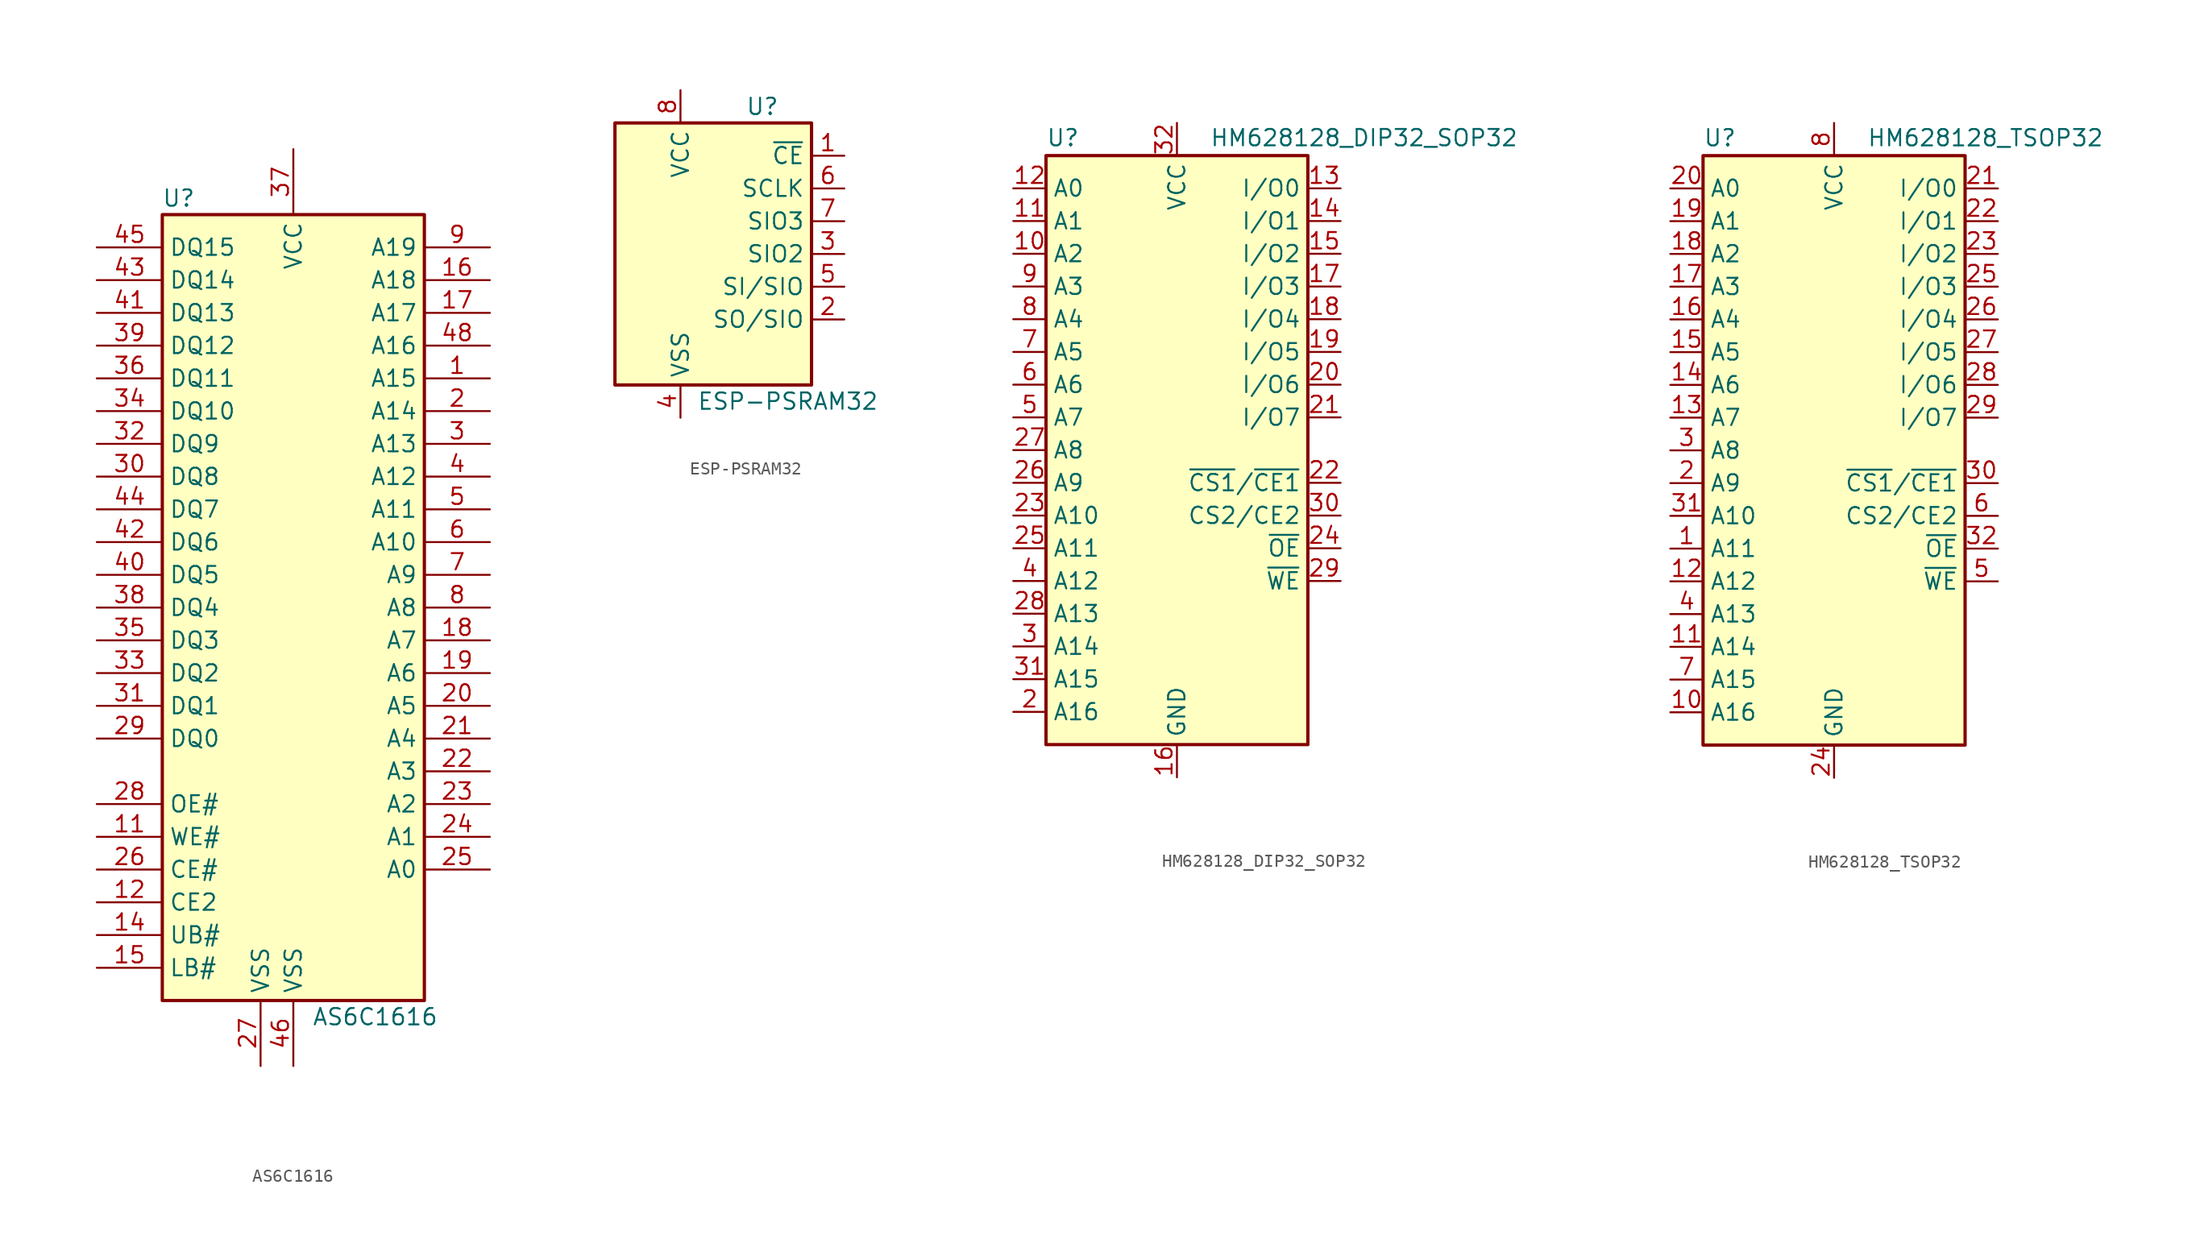
<source format=kicad_sym>
(kicad_symbol_lib
  (version 20231120)
  (generator "kicad_symbol_editor")
  (generator_version "8.0")
  (symbol "AS6C1616"
    (property "Reference" "U"
      (at -8.89 31.75 0)
      (effects (font (size 1.27 1.27))))
    (property "Value" "AS6C1616"
      (at 6.35 -31.75 0)
      (effects (font (size 1.27 1.27))))
    (symbol "AS6C1616_0_1"
      (rectangle (start -10.16 30.48) (end 10.16 -30.48) (stroke (width 0.254) (type default)) (fill (type background))))
    (symbol "AS6C1616_1_1"
      (pin input line (at 15.24 17.78 180) (length 5.08) (name "A15" (effects (font (size 1.27 1.27)))) (number "1" (effects (font (size 1.27 1.27)))))
      (pin no_connect line (at 10.16 -22.86 180) (length 0) hide (name "NC" (effects (font (size 1.27 1.27)))) (number "10" (effects (font (size 1.27 1.27)))))
      (pin input line (at -15.24 -17.78 0) (length 5.08) (name "WE#" (effects (font (size 1.27 1.27)))) (number "11" (effects (font (size 1.27 1.27)))))
      (pin input line (at -15.24 -22.86 0) (length 5.08) (name "CE2" (effects (font (size 1.27 1.27)))) (number "12" (effects (font (size 1.27 1.27)))))
      (pin no_connect line (at 10.16 -25.4 180) (length 0) hide (name "NC" (effects (font (size 1.27 1.27)))) (number "13" (effects (font (size 1.27 1.27)))))
      (pin input line (at -15.24 -25.4 0) (length 5.08) (name "UB#" (effects (font (size 1.27 1.27)))) (number "14" (effects (font (size 1.27 1.27)))))
      (pin input line (at -15.24 -27.94 0) (length 5.08) (name "LB#" (effects (font (size 1.27 1.27)))) (number "15" (effects (font (size 1.27 1.27)))))
      (pin input line (at 15.24 25.4 180) (length 5.08) (name "A18" (effects (font (size 1.27 1.27)))) (number "16" (effects (font (size 1.27 1.27)))))
      (pin input line (at 15.24 22.86 180) (length 5.08) (name "A17" (effects (font (size 1.27 1.27)))) (number "17" (effects (font (size 1.27 1.27)))))
      (pin input line (at 15.24 -2.54 180) (length 5.08) (name "A7" (effects (font (size 1.27 1.27)))) (number "18" (effects (font (size 1.27 1.27)))))
      (pin input line (at 15.24 -5.08 180) (length 5.08) (name "A6" (effects (font (size 1.27 1.27)))) (number "19" (effects (font (size 1.27 1.27)))))
      (pin input line (at 15.24 15.24 180) (length 5.08) (name "A14" (effects (font (size 1.27 1.27)))) (number "2" (effects (font (size 1.27 1.27)))))
      (pin input line (at 15.24 -7.62 180) (length 5.08) (name "A5" (effects (font (size 1.27 1.27)))) (number "20" (effects (font (size 1.27 1.27)))))
      (pin input line (at 15.24 -10.16 180) (length 5.08) (name "A4" (effects (font (size 1.27 1.27)))) (number "21" (effects (font (size 1.27 1.27)))))
      (pin input line (at 15.24 -12.7 180) (length 5.08) (name "A3" (effects (font (size 1.27 1.27)))) (number "22" (effects (font (size 1.27 1.27)))))
      (pin input line (at 15.24 -15.24 180) (length 5.08) (name "A2" (effects (font (size 1.27 1.27)))) (number "23" (effects (font (size 1.27 1.27)))))
      (pin input line (at 15.24 -17.78 180) (length 5.08) (name "A1" (effects (font (size 1.27 1.27)))) (number "24" (effects (font (size 1.27 1.27)))))
      (pin input line (at 15.24 -20.32 180) (length 5.08) (name "A0" (effects (font (size 1.27 1.27)))) (number "25" (effects (font (size 1.27 1.27)))))
      (pin input line (at -15.24 -20.32 0) (length 5.08) (name "CE#" (effects (font (size 1.27 1.27)))) (number "26" (effects (font (size 1.27 1.27)))))
      (pin power_in line (at -2.54 -35.56 90) (length 5.08) (name "VSS" (effects (font (size 1.27 1.27)))) (number "27" (effects (font (size 1.27 1.27)))))
      (pin input line (at -15.24 -15.24 0) (length 5.08) (name "OE#" (effects (font (size 1.27 1.27)))) (number "28" (effects (font (size 1.27 1.27)))))
      (pin bidirectional line (at -15.24 -10.16 0) (length 5.08) (name "DQ0" (effects (font (size 1.27 1.27)))) (number "29" (effects (font (size 1.27 1.27)))))
      (pin input line (at 15.24 12.7 180) (length 5.08) (name "A13" (effects (font (size 1.27 1.27)))) (number "3" (effects (font (size 1.27 1.27)))))
      (pin bidirectional line (at -15.24 10.16 0) (length 5.08) (name "DQ8" (effects (font (size 1.27 1.27)))) (number "30" (effects (font (size 1.27 1.27)))))
      (pin bidirectional line (at -15.24 -7.62 0) (length 5.08) (name "DQ1" (effects (font (size 1.27 1.27)))) (number "31" (effects (font (size 1.27 1.27)))))
      (pin bidirectional line (at -15.24 12.7 0) (length 5.08) (name "DQ9" (effects (font (size 1.27 1.27)))) (number "32" (effects (font (size 1.27 1.27)))))
      (pin bidirectional line (at -15.24 -5.08 0) (length 5.08) (name "DQ2" (effects (font (size 1.27 1.27)))) (number "33" (effects (font (size 1.27 1.27)))))
      (pin bidirectional line (at -15.24 15.24 0) (length 5.08) (name "DQ10" (effects (font (size 1.27 1.27)))) (number "34" (effects (font (size 1.27 1.27)))))
      (pin bidirectional line (at -15.24 -2.54 0) (length 5.08) (name "DQ3" (effects (font (size 1.27 1.27)))) (number "35" (effects (font (size 1.27 1.27)))))
      (pin bidirectional line (at -15.24 17.78 0) (length 5.08) (name "DQ11" (effects (font (size 1.27 1.27)))) (number "36" (effects (font (size 1.27 1.27)))))
      (pin power_in line (at 0 35.56 270) (length 5.08) (name "VCC" (effects (font (size 1.27 1.27)))) (number "37" (effects (font (size 1.27 1.27)))))
      (pin bidirectional line (at -15.24 0 0) (length 5.08) (name "DQ4" (effects (font (size 1.27 1.27)))) (number "38" (effects (font (size 1.27 1.27)))))
      (pin bidirectional line (at -15.24 20.32 0) (length 5.08) (name "DQ12" (effects (font (size 1.27 1.27)))) (number "39" (effects (font (size 1.27 1.27)))))
      (pin input line (at 15.24 10.16 180) (length 5.08) (name "A12" (effects (font (size 1.27 1.27)))) (number "4" (effects (font (size 1.27 1.27)))))
      (pin bidirectional line (at -15.24 2.54 0) (length 5.08) (name "DQ5" (effects (font (size 1.27 1.27)))) (number "40" (effects (font (size 1.27 1.27)))))
      (pin bidirectional line (at -15.24 22.86 0) (length 5.08) (name "DQ13" (effects (font (size 1.27 1.27)))) (number "41" (effects (font (size 1.27 1.27)))))
      (pin bidirectional line (at -15.24 5.08 0) (length 5.08) (name "DQ6" (effects (font (size 1.27 1.27)))) (number "42" (effects (font (size 1.27 1.27)))))
      (pin bidirectional line (at -15.24 25.4 0) (length 5.08) (name "DQ14" (effects (font (size 1.27 1.27)))) (number "43" (effects (font (size 1.27 1.27)))))
      (pin bidirectional line (at -15.24 7.62 0) (length 5.08) (name "DQ7" (effects (font (size 1.27 1.27)))) (number "44" (effects (font (size 1.27 1.27)))))
      (pin input line (at -15.24 27.94 0) (length 5.08) (name "DQ15" (effects (font (size 1.27 1.27)))) (number "45" (effects (font (size 1.27 1.27)))))
      (pin power_in line (at 0 -35.56 90) (length 5.08) (name "VSS" (effects (font (size 1.27 1.27)))) (number "46" (effects (font (size 1.27 1.27)))))
      (pin no_connect line (at 10.16 -27.94 180) (length 0) hide (name "NC" (effects (font (size 1.27 1.27)))) (number "47" (effects (font (size 1.27 1.27)))))
      (pin input line (at 15.24 20.32 180) (length 5.08) (name "A16" (effects (font (size 1.27 1.27)))) (number "48" (effects (font (size 1.27 1.27)))))
      (pin input line (at 15.24 7.62 180) (length 5.08) (name "A11" (effects (font (size 1.27 1.27)))) (number "5" (effects (font (size 1.27 1.27)))))
      (pin input line (at 15.24 5.08 180) (length 5.08) (name "A10" (effects (font (size 1.27 1.27)))) (number "6" (effects (font (size 1.27 1.27)))))
      (pin input line (at 15.24 2.54 180) (length 5.08) (name "A9" (effects (font (size 1.27 1.27)))) (number "7" (effects (font (size 1.27 1.27)))))
      (pin input line (at 15.24 0 180) (length 5.08) (name "A8" (effects (font (size 1.27 1.27)))) (number "8" (effects (font (size 1.27 1.27)))))
      (pin input line (at 15.24 27.94 180) (length 5.08) (name "A19" (effects (font (size 1.27 1.27)))) (number "9" (effects (font (size 1.27 1.27)))))))
  (symbol "ESP-PSRAM32"
    (property "Reference" "U"
      (at 3.81 11.43 0)
      (effects (font (size 1.27 1.27))))
    (property "Value" "ESP-PSRAM32"
      (at -1.27 -11.43 0)
      (effects (font (size 1.27 1.27)) (justify left)))
    (symbol "ESP-PSRAM32_0_1"
      (rectangle (start -7.62 10.16) (end 7.62 -10.16) (stroke (width 0.254) (type default)) (fill (type background))))
    (symbol "ESP-PSRAM32_1_1"
      (pin input line (at 10.16 7.62 180) (length 2.54) (name "~{CE}" (effects (font (size 1.27 1.27)))) (number "1" (effects (font (size 1.27 1.27)))))
      (pin output line (at 10.16 -5.08 180) (length 2.54) (name "SO/SIO" (effects (font (size 1.27 1.27)))) (number "2" (effects (font (size 1.27 1.27)))))
      (pin bidirectional line (at 10.16 0 180) (length 2.54) (name "SIO2" (effects (font (size 1.27 1.27)))) (number "3" (effects (font (size 1.27 1.27)))))
      (pin power_in line (at -2.54 -12.7 90) (length 2.54) (name "VSS" (effects (font (size 1.27 1.27)))) (number "4" (effects (font (size 1.27 1.27)))))
      (pin input line (at 10.16 -2.54 180) (length 2.54) (name "SI/SIO" (effects (font (size 1.27 1.27)))) (number "5" (effects (font (size 1.27 1.27)))))
      (pin output line (at 10.16 5.08 180) (length 2.54) (name "SCLK" (effects (font (size 1.27 1.27)))) (number "6" (effects (font (size 1.27 1.27)))))
      (pin bidirectional line (at 10.16 2.54 180) (length 2.54) (name "SIO3" (effects (font (size 1.27 1.27)))) (number "7" (effects (font (size 1.27 1.27)))))
      (pin power_in line (at -2.54 12.7 270) (length 2.54) (name "VCC" (effects (font (size 1.27 1.27)))) (number "8" (effects (font (size 1.27 1.27)))))))
  (symbol "HM628128_DIP32_SOP32"
    (property "Reference" "U"
      (at -10.16 23.495 0)
      (effects (font (size 1.27 1.27)) (justify left bottom)))
    (property "Value" "HM628128_DIP32_SOP32"
      (at 2.54 23.495 0)
      (effects (font (size 1.27 1.27)) (justify left bottom)))
    (symbol "HM628128_DIP32_SOP32_0_0"
      (pin power_in line (at 0 -25.4 90) (length 2.54) (name "GND" (effects (font (size 1.27 1.27)))) (number "16" (effects (font (size 1.27 1.27)))))
      (pin power_in line (at 0 25.4 270) (length 2.54) (name "VCC" (effects (font (size 1.27 1.27)))) (number "32" (effects (font (size 1.27 1.27))))))
    (symbol "HM628128_DIP32_SOP32_0_1"
      (rectangle (start -10.16 22.86) (end 10.16 -22.86) (stroke (width 0.254) (type default)) (fill (type background))))
    (symbol "HM628128_DIP32_SOP32_1_1"
      (pin no_connect line (at 10.16 -20.32 180) (length 2.54) hide (name "NC" (effects (font (size 1.27 1.27)))) (number "1" (effects (font (size 1.27 1.27)))))
      (pin input line (at -12.7 15.24 0) (length 2.54) (name "A2" (effects (font (size 1.27 1.27)))) (number "10" (effects (font (size 1.27 1.27)))))
      (pin input line (at -12.7 17.78 0) (length 2.54) (name "A1" (effects (font (size 1.27 1.27)))) (number "11" (effects (font (size 1.27 1.27)))))
      (pin input line (at -12.7 20.32 0) (length 2.54) (name "A0" (effects (font (size 1.27 1.27)))) (number "12" (effects (font (size 1.27 1.27)))))
      (pin tri_state line (at 12.7 20.32 180) (length 2.54) (name "I/O0" (effects (font (size 1.27 1.27)))) (number "13" (effects (font (size 1.27 1.27)))))
      (pin tri_state line (at 12.7 17.78 180) (length 2.54) (name "I/O1" (effects (font (size 1.27 1.27)))) (number "14" (effects (font (size 1.27 1.27)))))
      (pin tri_state line (at 12.7 15.24 180) (length 2.54) (name "I/O2" (effects (font (size 1.27 1.27)))) (number "15" (effects (font (size 1.27 1.27)))))
      (pin tri_state line (at 12.7 12.7 180) (length 2.54) (name "I/O3" (effects (font (size 1.27 1.27)))) (number "17" (effects (font (size 1.27 1.27)))))
      (pin tri_state line (at 12.7 10.16 180) (length 2.54) (name "I/O4" (effects (font (size 1.27 1.27)))) (number "18" (effects (font (size 1.27 1.27)))))
      (pin tri_state line (at 12.7 7.62 180) (length 2.54) (name "I/O5" (effects (font (size 1.27 1.27)))) (number "19" (effects (font (size 1.27 1.27)))))
      (pin input line (at -12.7 -20.32 0) (length 2.54) (name "A16" (effects (font (size 1.27 1.27)))) (number "2" (effects (font (size 1.27 1.27)))))
      (pin tri_state line (at 12.7 5.08 180) (length 2.54) (name "I/O6" (effects (font (size 1.27 1.27)))) (number "20" (effects (font (size 1.27 1.27)))))
      (pin tri_state line (at 12.7 2.54 180) (length 2.54) (name "I/O7" (effects (font (size 1.27 1.27)))) (number "21" (effects (font (size 1.27 1.27)))))
      (pin input line (at 12.7 -2.54 180) (length 2.54) (name "~{CS1}/~{CE1}" (effects (font (size 1.27 1.27)))) (number "22" (effects (font (size 1.27 1.27)))))
      (pin input line (at -12.7 -5.08 0) (length 2.54) (name "A10" (effects (font (size 1.27 1.27)))) (number "23" (effects (font (size 1.27 1.27)))))
      (pin input line (at 12.7 -7.62 180) (length 2.54) (name "~{OE}" (effects (font (size 1.27 1.27)))) (number "24" (effects (font (size 1.27 1.27)))))
      (pin input line (at -12.7 -7.62 0) (length 2.54) (name "A11" (effects (font (size 1.27 1.27)))) (number "25" (effects (font (size 1.27 1.27)))))
      (pin input line (at -12.7 -2.54 0) (length 2.54) (name "A9" (effects (font (size 1.27 1.27)))) (number "26" (effects (font (size 1.27 1.27)))))
      (pin input line (at -12.7 0 0) (length 2.54) (name "A8" (effects (font (size 1.27 1.27)))) (number "27" (effects (font (size 1.27 1.27)))))
      (pin input line (at -12.7 -12.7 0) (length 2.54) (name "A13" (effects (font (size 1.27 1.27)))) (number "28" (effects (font (size 1.27 1.27)))))
      (pin input line (at 12.7 -10.16 180) (length 2.54) (name "~{WE}" (effects (font (size 1.27 1.27)))) (number "29" (effects (font (size 1.27 1.27)))))
      (pin input line (at -12.7 -15.24 0) (length 2.54) (name "A14" (effects (font (size 1.27 1.27)))) (number "3" (effects (font (size 1.27 1.27)))))
      (pin input line (at 12.7 -5.08 180) (length 2.54) (name "CS2/CE2" (effects (font (size 1.27 1.27)))) (number "30" (effects (font (size 1.27 1.27)))))
      (pin input line (at -12.7 -17.78 0) (length 2.54) (name "A15" (effects (font (size 1.27 1.27)))) (number "31" (effects (font (size 1.27 1.27)))))
      (pin input line (at -12.7 -10.16 0) (length 2.54) (name "A12" (effects (font (size 1.27 1.27)))) (number "4" (effects (font (size 1.27 1.27)))))
      (pin input line (at -12.7 2.54 0) (length 2.54) (name "A7" (effects (font (size 1.27 1.27)))) (number "5" (effects (font (size 1.27 1.27)))))
      (pin input line (at -12.7 5.08 0) (length 2.54) (name "A6" (effects (font (size 1.27 1.27)))) (number "6" (effects (font (size 1.27 1.27)))))
      (pin input line (at -12.7 7.62 0) (length 2.54) (name "A5" (effects (font (size 1.27 1.27)))) (number "7" (effects (font (size 1.27 1.27)))))
      (pin input line (at -12.7 10.16 0) (length 2.54) (name "A4" (effects (font (size 1.27 1.27)))) (number "8" (effects (font (size 1.27 1.27)))))
      (pin input line (at -12.7 12.7 0) (length 2.54) (name "A3" (effects (font (size 1.27 1.27)))) (number "9" (effects (font (size 1.27 1.27)))))))
  (symbol "HM628128_TSOP32"
    (property "Reference" "U"
      (at -10.16 23.495 0)
      (effects (font (size 1.27 1.27)) (justify left bottom)))
    (property "Value" "HM628128_TSOP32"
      (at 2.54 23.495 0)
      (effects (font (size 1.27 1.27)) (justify left bottom)))
    (symbol "HM628128_TSOP32_0_0"
      (pin power_in line (at 0 -25.4 90) (length 2.54) (name "GND" (effects (font (size 1.27 1.27)))) (number "24" (effects (font (size 1.27 1.27)))))
      (pin power_in line (at 0 25.4 270) (length 2.54) (name "VCC" (effects (font (size 1.27 1.27)))) (number "8" (effects (font (size 1.27 1.27))))))
    (symbol "HM628128_TSOP32_0_1"
      (rectangle (start -10.16 22.86) (end 10.16 -22.86) (stroke (width 0.254) (type default)) (fill (type background))))
    (symbol "HM628128_TSOP32_1_1"
      (pin input line (at -12.7 -7.62 0) (length 2.54) (name "A11" (effects (font (size 1.27 1.27)))) (number "1" (effects (font (size 1.27 1.27)))))
      (pin input line (at -12.7 -20.32 0) (length 2.54) (name "A16" (effects (font (size 1.27 1.27)))) (number "10" (effects (font (size 1.27 1.27)))))
      (pin input line (at -12.7 -15.24 0) (length 2.54) (name "A14" (effects (font (size 1.27 1.27)))) (number "11" (effects (font (size 1.27 1.27)))))
      (pin input line (at -12.7 -10.16 0) (length 2.54) (name "A12" (effects (font (size 1.27 1.27)))) (number "12" (effects (font (size 1.27 1.27)))))
      (pin input line (at -12.7 2.54 0) (length 2.54) (name "A7" (effects (font (size 1.27 1.27)))) (number "13" (effects (font (size 1.27 1.27)))))
      (pin input line (at -12.7 5.08 0) (length 2.54) (name "A6" (effects (font (size 1.27 1.27)))) (number "14" (effects (font (size 1.27 1.27)))))
      (pin input line (at -12.7 7.62 0) (length 2.54) (name "A5" (effects (font (size 1.27 1.27)))) (number "15" (effects (font (size 1.27 1.27)))))
      (pin input line (at -12.7 10.16 0) (length 2.54) (name "A4" (effects (font (size 1.27 1.27)))) (number "16" (effects (font (size 1.27 1.27)))))
      (pin input line (at -12.7 12.7 0) (length 2.54) (name "A3" (effects (font (size 1.27 1.27)))) (number "17" (effects (font (size 1.27 1.27)))))
      (pin input line (at -12.7 15.24 0) (length 2.54) (name "A2" (effects (font (size 1.27 1.27)))) (number "18" (effects (font (size 1.27 1.27)))))
      (pin input line (at -12.7 17.78 0) (length 2.54) (name "A1" (effects (font (size 1.27 1.27)))) (number "19" (effects (font (size 1.27 1.27)))))
      (pin input line (at -12.7 -2.54 0) (length 2.54) (name "A9" (effects (font (size 1.27 1.27)))) (number "2" (effects (font (size 1.27 1.27)))))
      (pin input line (at -12.7 20.32 0) (length 2.54) (name "A0" (effects (font (size 1.27 1.27)))) (number "20" (effects (font (size 1.27 1.27)))))
      (pin tri_state line (at 12.7 20.32 180) (length 2.54) (name "I/O0" (effects (font (size 1.27 1.27)))) (number "21" (effects (font (size 1.27 1.27)))))
      (pin tri_state line (at 12.7 17.78 180) (length 2.54) (name "I/O1" (effects (font (size 1.27 1.27)))) (number "22" (effects (font (size 1.27 1.27)))))
      (pin tri_state line (at 12.7 15.24 180) (length 2.54) (name "I/O2" (effects (font (size 1.27 1.27)))) (number "23" (effects (font (size 1.27 1.27)))))
      (pin tri_state line (at 12.7 12.7 180) (length 2.54) (name "I/O3" (effects (font (size 1.27 1.27)))) (number "25" (effects (font (size 1.27 1.27)))))
      (pin tri_state line (at 12.7 10.16 180) (length 2.54) (name "I/O4" (effects (font (size 1.27 1.27)))) (number "26" (effects (font (size 1.27 1.27)))))
      (pin tri_state line (at 12.7 7.62 180) (length 2.54) (name "I/O5" (effects (font (size 1.27 1.27)))) (number "27" (effects (font (size 1.27 1.27)))))
      (pin tri_state line (at 12.7 5.08 180) (length 2.54) (name "I/O6" (effects (font (size 1.27 1.27)))) (number "28" (effects (font (size 1.27 1.27)))))
      (pin tri_state line (at 12.7 2.54 180) (length 2.54) (name "I/O7" (effects (font (size 1.27 1.27)))) (number "29" (effects (font (size 1.27 1.27)))))
      (pin input line (at -12.7 0 0) (length 2.54) (name "A8" (effects (font (size 1.27 1.27)))) (number "3" (effects (font (size 1.27 1.27)))))
      (pin input line (at 12.7 -2.54 180) (length 2.54) (name "~{CS1}/~{CE1}" (effects (font (size 1.27 1.27)))) (number "30" (effects (font (size 1.27 1.27)))))
      (pin input line (at -12.7 -5.08 0) (length 2.54) (name "A10" (effects (font (size 1.27 1.27)))) (number "31" (effects (font (size 1.27 1.27)))))
      (pin input line (at 12.7 -7.62 180) (length 2.54) (name "~{OE}" (effects (font (size 1.27 1.27)))) (number "32" (effects (font (size 1.27 1.27)))))
      (pin input line (at -12.7 -12.7 0) (length 2.54) (name "A13" (effects (font (size 1.27 1.27)))) (number "4" (effects (font (size 1.27 1.27)))))
      (pin input line (at 12.7 -10.16 180) (length 2.54) (name "~{WE}" (effects (font (size 1.27 1.27)))) (number "5" (effects (font (size 1.27 1.27)))))
      (pin input line (at 12.7 -5.08 180) (length 2.54) (name "CS2/CE2" (effects (font (size 1.27 1.27)))) (number "6" (effects (font (size 1.27 1.27)))))
      (pin input line (at -12.7 -17.78 0) (length 2.54) (name "A15" (effects (font (size 1.27 1.27)))) (number "7" (effects (font (size 1.27 1.27)))))
      (pin no_connect line (at 10.16 -20.32 180) (length 2.54) hide (name "NC" (effects (font (size 1.27 1.27)))) (number "9" (effects (font (size 1.27 1.27))))))))
</source>
